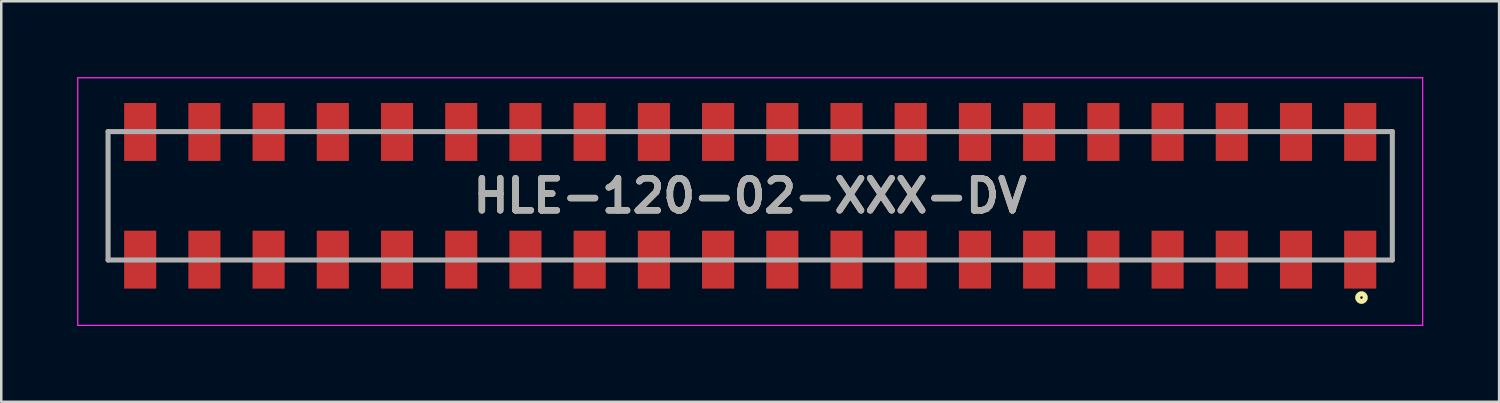
<source format=kicad_pcb>
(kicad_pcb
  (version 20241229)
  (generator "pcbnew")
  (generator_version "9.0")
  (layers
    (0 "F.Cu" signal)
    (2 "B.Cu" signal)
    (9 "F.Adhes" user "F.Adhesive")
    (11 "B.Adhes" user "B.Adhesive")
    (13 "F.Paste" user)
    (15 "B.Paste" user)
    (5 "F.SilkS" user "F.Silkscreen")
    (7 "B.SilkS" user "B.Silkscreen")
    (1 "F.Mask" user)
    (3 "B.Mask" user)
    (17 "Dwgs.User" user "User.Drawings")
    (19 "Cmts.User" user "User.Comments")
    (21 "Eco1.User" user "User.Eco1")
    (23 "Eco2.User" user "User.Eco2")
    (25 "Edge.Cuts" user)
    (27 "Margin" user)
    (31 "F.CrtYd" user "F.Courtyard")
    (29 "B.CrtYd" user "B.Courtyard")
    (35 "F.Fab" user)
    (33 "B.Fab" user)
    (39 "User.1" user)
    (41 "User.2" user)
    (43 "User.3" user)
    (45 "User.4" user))
  (footprint "HLE-120-02-XXX-DV"
    (layer "F.Cu")
    (at 26.625 4.695)
    (property "Reference" "HLE-120-02-XXX-DV" (at 0 0 0) (layer "F.SilkS") (effects (font (size 1.27 1.27) (thickness 0.254))))
    (attr smd)
    (fp_circle (center 24.18 4.025) (end 24.18 4.075) (stroke (width 0.2) (type solid)) (fill no) (layer "F.SilkS"))
    (fp_line (start -26.6 -4.67) (end 26.6 -4.67) (stroke (width 0.05) (type solid)) (layer "F.CrtYd"))
    (fp_line (start -26.6 5.125) (end -26.6 -4.67) (stroke (width 0.05) (type solid)) (layer "F.CrtYd"))
    (fp_line (start 26.6 -4.67) (end 26.6 5.125) (stroke (width 0.05) (type solid)) (layer "F.CrtYd"))
    (fp_line (start 26.6 5.125) (end -26.6 5.125) (stroke (width 0.05) (type solid)) (layer "F.CrtYd"))
    (fp_line (start -25.4 -2.54) (end 25.4 -2.54) (stroke (width 0.2) (type solid)) (layer "F.Fab"))
    (fp_line (start -25.4 2.54) (end -25.4 -2.54) (stroke (width 0.2) (type solid)) (layer "F.Fab"))
    (fp_line (start 25.4 -2.54) (end 25.4 2.54) (stroke (width 0.2) (type solid)) (layer "F.Fab"))
    (fp_line (start 25.4 2.54) (end -25.4 2.54) (stroke (width 0.2) (type solid)) (layer "F.Fab"))
    (fp_text user "${REFERENCE}" (at 0 0 0) (layer "F.Fab") (effects (font (size 1.27 1.27) (thickness 0.254))))
    (pad "1" smd rect (at 24.13 2.525) (size 1.27 2.29) (layers "F.Cu" "F.Mask" "F.Paste"))
    (pad "2" smd rect (at 24.13 -2.525) (size 1.27 2.29) (layers "F.Cu" "F.Mask" "F.Paste"))
    (pad "3" smd rect (at 21.59 2.525) (size 1.27 2.29) (layers "F.Cu" "F.Mask" "F.Paste"))
    (pad "4" smd rect (at 21.59 -2.525) (size 1.27 2.29) (layers "F.Cu" "F.Mask" "F.Paste"))
    (pad "5" smd rect (at 19.05 2.525) (size 1.27 2.29) (layers "F.Cu" "F.Mask" "F.Paste"))
    (pad "6" smd rect (at 19.05 -2.525) (size 1.27 2.29) (layers "F.Cu" "F.Mask" "F.Paste"))
    (pad "7" smd rect (at 16.51 2.525) (size 1.27 2.29) (layers "F.Cu" "F.Mask" "F.Paste"))
    (pad "8" smd rect (at 16.51 -2.525) (size 1.27 2.29) (layers "F.Cu" "F.Mask" "F.Paste"))
    (pad "9" smd rect (at 13.97 2.525) (size 1.27 2.29) (layers "F.Cu" "F.Mask" "F.Paste"))
    (pad "10" smd rect (at 13.97 -2.525) (size 1.27 2.29) (layers "F.Cu" "F.Mask" "F.Paste"))
    (pad "11" smd rect (at 11.43 2.525) (size 1.27 2.29) (layers "F.Cu" "F.Mask" "F.Paste"))
    (pad "12" smd rect (at 11.43 -2.525) (size 1.27 2.29) (layers "F.Cu" "F.Mask" "F.Paste"))
    (pad "13" smd rect (at 8.89 2.525) (size 1.27 2.29) (layers "F.Cu" "F.Mask" "F.Paste"))
    (pad "14" smd rect (at 8.89 -2.525) (size 1.27 2.29) (layers "F.Cu" "F.Mask" "F.Paste"))
    (pad "15" smd rect (at 6.35 2.525) (size 1.27 2.29) (layers "F.Cu" "F.Mask" "F.Paste"))
    (pad "16" smd rect (at 6.35 -2.525) (size 1.27 2.29) (layers "F.Cu" "F.Mask" "F.Paste"))
    (pad "17" smd rect (at 3.81 2.525) (size 1.27 2.29) (layers "F.Cu" "F.Mask" "F.Paste"))
    (pad "18" smd rect (at 3.81 -2.525) (size 1.27 2.29) (layers "F.Cu" "F.Mask" "F.Paste"))
    (pad "19" smd rect (at 1.27 2.525) (size 1.27 2.29) (layers "F.Cu" "F.Mask" "F.Paste"))
    (pad "20" smd rect (at 1.27 -2.525) (size 1.27 2.29) (layers "F.Cu" "F.Mask" "F.Paste"))
    (pad "21" smd rect (at -1.27 2.525) (size 1.27 2.29) (layers "F.Cu" "F.Mask" "F.Paste"))
    (pad "22" smd rect (at -1.27 -2.525) (size 1.27 2.29) (layers "F.Cu" "F.Mask" "F.Paste"))
    (pad "23" smd rect (at -3.81 2.525) (size 1.27 2.29) (layers "F.Cu" "F.Mask" "F.Paste"))
    (pad "24" smd rect (at -3.81 -2.525) (size 1.27 2.29) (layers "F.Cu" "F.Mask" "F.Paste"))
    (pad "25" smd rect (at -6.35 2.525) (size 1.27 2.29) (layers "F.Cu" "F.Mask" "F.Paste"))
    (pad "26" smd rect (at -6.35 -2.525) (size 1.27 2.29) (layers "F.Cu" "F.Mask" "F.Paste"))
    (pad "27" smd rect (at -8.89 2.525) (size 1.27 2.29) (layers "F.Cu" "F.Mask" "F.Paste"))
    (pad "28" smd rect (at -8.89 -2.525) (size 1.27 2.29) (layers "F.Cu" "F.Mask" "F.Paste"))
    (pad "29" smd rect (at -11.43 2.525) (size 1.27 2.29) (layers "F.Cu" "F.Mask" "F.Paste"))
    (pad "30" smd rect (at -11.43 -2.525) (size 1.27 2.29) (layers "F.Cu" "F.Mask" "F.Paste"))
    (pad "31" smd rect (at -13.97 2.525) (size 1.27 2.29) (layers "F.Cu" "F.Mask" "F.Paste"))
    (pad "32" smd rect (at -13.97 -2.525) (size 1.27 2.29) (layers "F.Cu" "F.Mask" "F.Paste"))
    (pad "33" smd rect (at -16.51 2.525) (size 1.27 2.29) (layers "F.Cu" "F.Mask" "F.Paste"))
    (pad "34" smd rect (at -16.51 -2.525) (size 1.27 2.29) (layers "F.Cu" "F.Mask" "F.Paste"))
    (pad "35" smd rect (at -19.05 2.525) (size 1.27 2.29) (layers "F.Cu" "F.Mask" "F.Paste"))
    (pad "36" smd rect (at -19.05 -2.525) (size 1.27 2.29) (layers "F.Cu" "F.Mask" "F.Paste"))
    (pad "37" smd rect (at -21.59 2.525) (size 1.27 2.29) (layers "F.Cu" "F.Mask" "F.Paste"))
    (pad "38" smd rect (at -21.59 -2.525) (size 1.27 2.29) (layers "F.Cu" "F.Mask" "F.Paste"))
    (pad "39" smd rect (at -24.13 2.525) (size 1.27 2.29) (layers "F.Cu" "F.Mask" "F.Paste"))
    (pad "40" smd rect (at -24.13 -2.525) (size 1.27 2.29) (layers "F.Cu" "F.Mask" "F.Paste")))
  (gr_rect
    (start -3 -3)
    (end 56.25 12.845)
    (stroke (width 0.1) (type default))
    (fill no)
    (layer "Edge.Cuts")))
</source>
